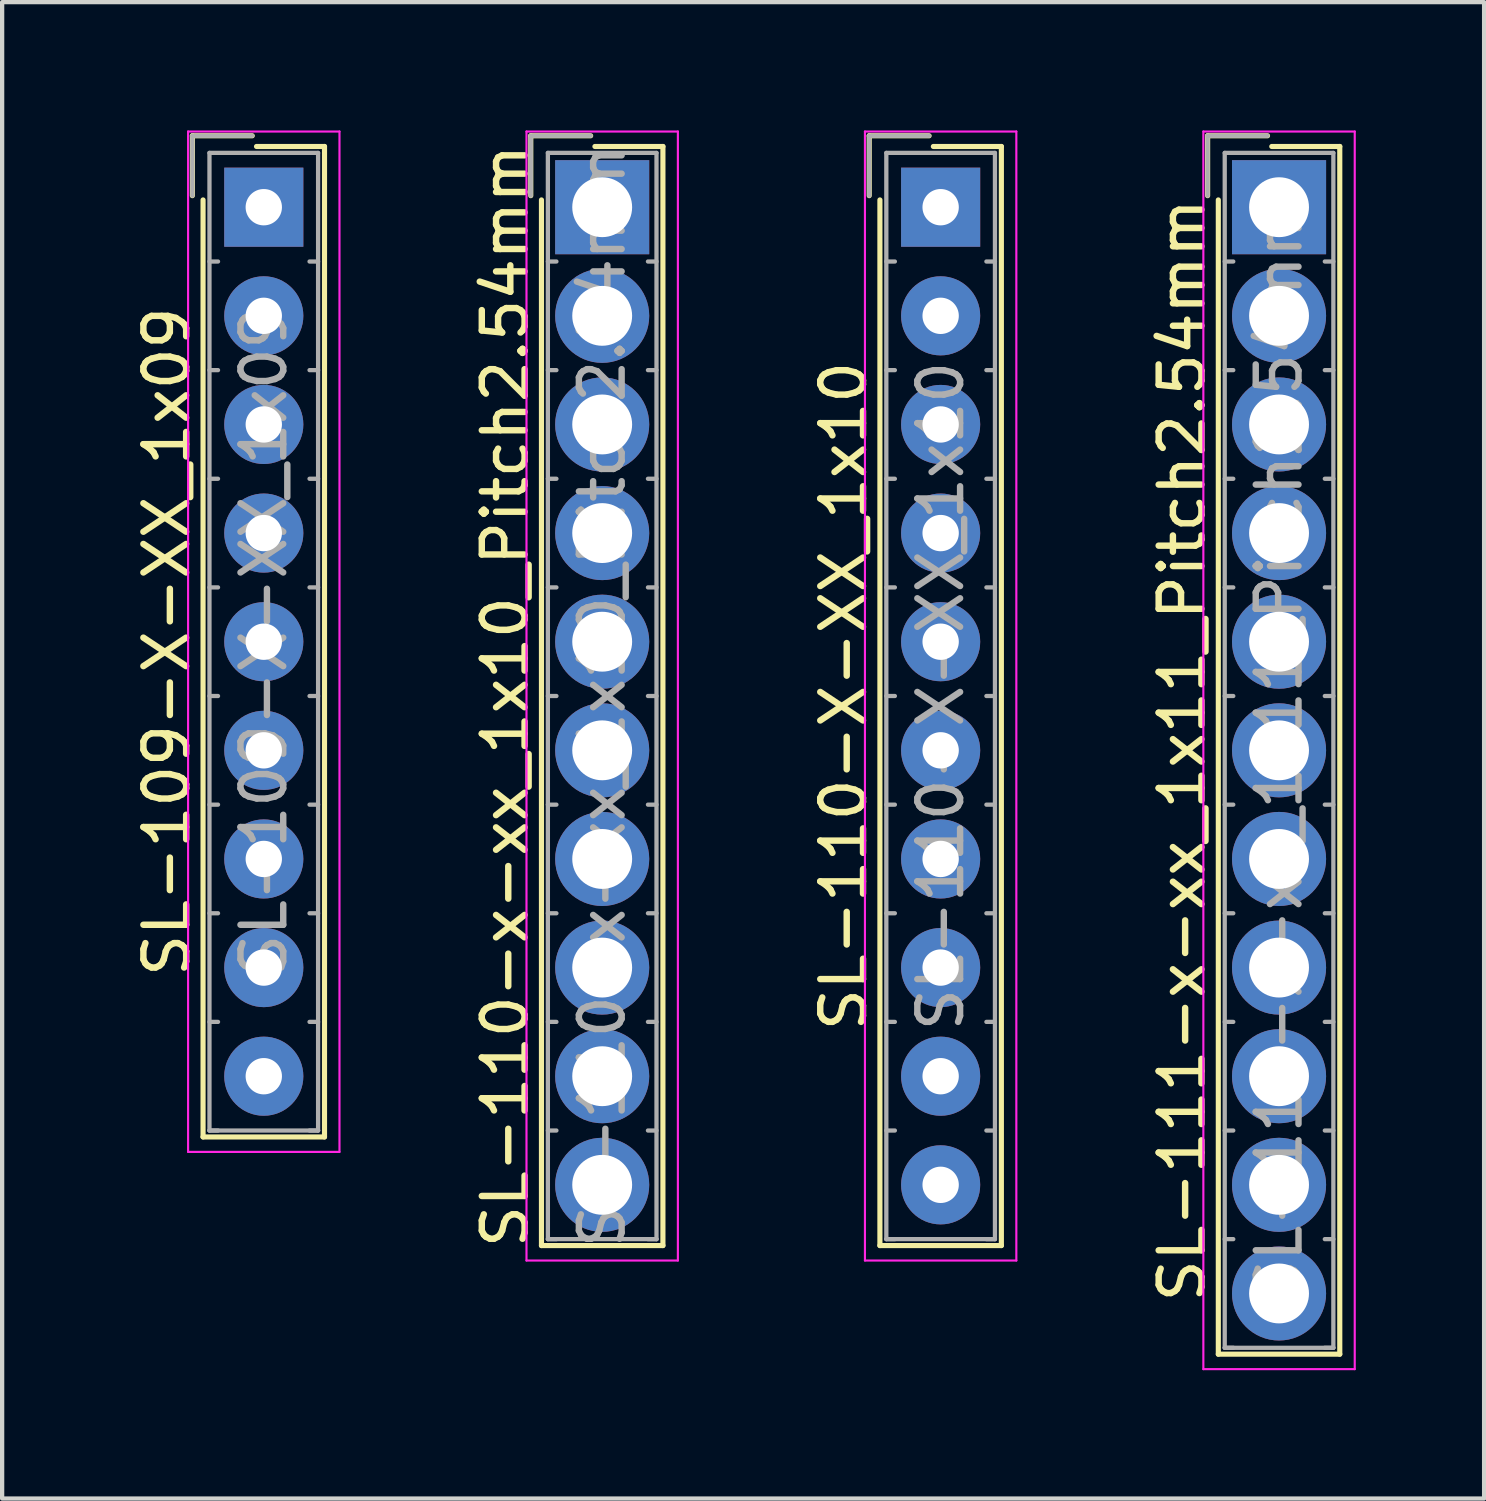
<source format=kicad_pcb>
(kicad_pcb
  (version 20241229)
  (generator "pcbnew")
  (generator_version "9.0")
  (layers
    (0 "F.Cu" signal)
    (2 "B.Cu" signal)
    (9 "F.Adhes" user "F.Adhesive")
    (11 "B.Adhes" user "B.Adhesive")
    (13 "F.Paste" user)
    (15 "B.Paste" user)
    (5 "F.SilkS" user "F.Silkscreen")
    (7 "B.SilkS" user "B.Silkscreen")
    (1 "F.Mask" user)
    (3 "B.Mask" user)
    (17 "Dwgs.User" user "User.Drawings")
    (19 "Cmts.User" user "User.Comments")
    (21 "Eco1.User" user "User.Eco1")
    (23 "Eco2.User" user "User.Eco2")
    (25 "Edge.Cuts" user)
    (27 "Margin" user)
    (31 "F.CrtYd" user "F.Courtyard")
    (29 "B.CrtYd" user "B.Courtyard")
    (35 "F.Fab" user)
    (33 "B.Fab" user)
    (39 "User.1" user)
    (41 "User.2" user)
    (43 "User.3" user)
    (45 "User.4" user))
  (footprint "SL-109-X-XX_1x09"
    (layer "F.Cu")
    (at 3.118 1.795)
    (property "Reference" "SL-109-X-XX_1x09" (at -2.27 10.16 90) (layer "F.SilkS") (effects (font (size 1 1) (thickness 0.15))))
    (attr through_hole)
    (fp_line (start -1.67 -1.67) (end -1.67 -0.27) (stroke (width 0.12) (type solid)) (layer "F.SilkS"))
    (fp_line (start -1.42 21.74) (end -1.42 -0.17) (stroke (width 0.12) (type solid)) (layer "F.SilkS"))
    (fp_line (start -0.27 -1.67) (end -1.67 -1.67) (stroke (width 0.12) (type solid)) (layer "F.SilkS"))
    (fp_line (start -0.17 -1.42) (end 1.42 -1.42) (stroke (width 0.12) (type solid)) (layer "F.SilkS"))
    (fp_line (start 1.42 -1.42) (end 1.42 21.74) (stroke (width 0.12) (type solid)) (layer "F.SilkS"))
    (fp_line (start 1.42 21.74) (end -1.42 21.74) (stroke (width 0.12) (type solid)) (layer "F.SilkS"))
    (fp_line (start -1.77 -1.77) (end -1.77 22.09) (stroke (width 0.05) (type solid)) (layer "F.CrtYd"))
    (fp_line (start -1.77 22.09) (end 1.77 22.09) (stroke (width 0.05) (type solid)) (layer "F.CrtYd"))
    (fp_line (start 1.77 -1.77) (end -1.77 -1.77) (stroke (width 0.05) (type solid)) (layer "F.CrtYd"))
    (fp_line (start 1.77 22.09) (end 1.77 -1.77) (stroke (width 0.05) (type solid)) (layer "F.CrtYd"))
    (fp_line (start -1.67 -1.67) (end -1.67 -0.27) (stroke (width 0.1) (type solid)) (layer "F.Fab"))
    (fp_line (start -1.27 -1.27) (end -1.27 21.59) (stroke (width 0.1) (type solid)) (layer "F.Fab"))
    (fp_line (start -1.27 1.27) (end -1.07 1.27) (stroke (width 0.1) (type solid)) (layer "F.Fab"))
    (fp_line (start -1.27 3.81) (end -1.07 3.81) (stroke (width 0.1) (type solid)) (layer "F.Fab"))
    (fp_line (start -1.27 6.35) (end -1.07 6.35) (stroke (width 0.1) (type solid)) (layer "F.Fab"))
    (fp_line (start -1.27 8.89) (end -1.07 8.89) (stroke (width 0.1) (type solid)) (layer "F.Fab"))
    (fp_line (start -1.27 11.43) (end -1.07 11.43) (stroke (width 0.1) (type solid)) (layer "F.Fab"))
    (fp_line (start -1.27 13.97) (end -1.07 13.97) (stroke (width 0.1) (type solid)) (layer "F.Fab"))
    (fp_line (start -1.27 16.51) (end -1.07 16.51) (stroke (width 0.1) (type solid)) (layer "F.Fab"))
    (fp_line (start -1.27 19.05) (end -1.07 19.05) (stroke (width 0.1) (type solid)) (layer "F.Fab"))
    (fp_line (start -1.27 21.59) (end -1.07 21.59) (stroke (width 0.1) (type solid)) (layer "F.Fab"))
    (fp_line (start -1.27 21.59) (end 1.27 21.59) (stroke (width 0.1) (type solid)) (layer "F.Fab"))
    (fp_line (start -0.27 -1.67) (end -1.67 -1.67) (stroke (width 0.1) (type solid)) (layer "F.Fab"))
    (fp_line (start 1.27 -1.27) (end -1.27 -1.27) (stroke (width 0.1) (type solid)) (layer "F.Fab"))
    (fp_line (start 1.27 1.27) (end 1.07 1.27) (stroke (width 0.1) (type solid)) (layer "F.Fab"))
    (fp_line (start 1.27 3.81) (end 1.07 3.81) (stroke (width 0.1) (type solid)) (layer "F.Fab"))
    (fp_line (start 1.27 6.35) (end 1.07 6.35) (stroke (width 0.1) (type solid)) (layer "F.Fab"))
    (fp_line (start 1.27 8.89) (end 1.07 8.89) (stroke (width 0.1) (type solid)) (layer "F.Fab"))
    (fp_line (start 1.27 11.43) (end 1.07 11.43) (stroke (width 0.1) (type solid)) (layer "F.Fab"))
    (fp_line (start 1.27 13.97) (end 1.07 13.97) (stroke (width 0.1) (type solid)) (layer "F.Fab"))
    (fp_line (start 1.27 16.51) (end 1.07 16.51) (stroke (width 0.1) (type solid)) (layer "F.Fab"))
    (fp_line (start 1.27 19.05) (end 1.07 19.05) (stroke (width 0.1) (type solid)) (layer "F.Fab"))
    (fp_line (start 1.27 21.59) (end 1.07 21.59) (stroke (width 0.1) (type solid)) (layer "F.Fab"))
    (fp_line (start 1.27 21.59) (end 1.27 -1.27) (stroke (width 0.1) (type solid)) (layer "F.Fab"))
    (fp_text user "${REFERENCE}" (at 0 10.16 90) (layer "F.Fab") (effects (font (size 1 1) (thickness 0.15))))
    (pad "1" thru_hole rect (at 0 0) (size 1.85 1.85) (drill 0.85) (layers "*.Cu" "*.Mask"))
    (pad "2" thru_hole circle (at 0 2.54) (size 1.85 1.85) (drill 0.85) (layers "*.Cu" "*.Mask"))
    (pad "3" thru_hole circle (at 0 5.08) (size 1.85 1.85) (drill 0.85) (layers "*.Cu" "*.Mask"))
    (pad "4" thru_hole circle (at 0 7.62) (size 1.85 1.85) (drill 0.85) (layers "*.Cu" "*.Mask"))
    (pad "5" thru_hole circle (at 0 10.16) (size 1.85 1.85) (drill 0.85) (layers "*.Cu" "*.Mask"))
    (pad "6" thru_hole circle (at 0 12.7) (size 1.85 1.85) (drill 0.85) (layers "*.Cu" "*.Mask"))
    (pad "7" thru_hole circle (at 0 15.24) (size 1.85 1.85) (drill 0.85) (layers "*.Cu" "*.Mask"))
    (pad "8" thru_hole circle (at 0 17.78) (size 1.85 1.85) (drill 0.85) (layers "*.Cu" "*.Mask"))
    (pad "9" thru_hole circle (at 0 20.32) (size 1.85 1.85) (drill 0.85) (layers "*.Cu" "*.Mask")))
  (footprint "SL-111-x-xx_1x11_Pitch2.54mm"
    (layer "F.Cu")
    (at 26.858 1.795)
    (property "Reference" "SL-111-x-xx_1x11_Pitch2.54mm" (at -2.27 12.7 90) (layer "F.SilkS") (effects (font (size 1 1) (thickness 0.15))))
    (attr through_hole)
    (fp_line (start -1.67 -1.67) (end -1.67 -0.27) (stroke (width 0.12) (type solid)) (layer "F.SilkS"))
    (fp_line (start -1.42 26.82) (end -1.42 -0.17) (stroke (width 0.12) (type solid)) (layer "F.SilkS"))
    (fp_line (start -0.27 -1.67) (end -1.67 -1.67) (stroke (width 0.12) (type solid)) (layer "F.SilkS"))
    (fp_line (start -0.17 -1.42) (end 1.42 -1.42) (stroke (width 0.12) (type solid)) (layer "F.SilkS"))
    (fp_line (start 1.42 -1.42) (end 1.42 26.82) (stroke (width 0.12) (type solid)) (layer "F.SilkS"))
    (fp_line (start 1.42 26.82) (end -1.42 26.82) (stroke (width 0.12) (type solid)) (layer "F.SilkS"))
    (fp_line (start -1.77 -1.77) (end -1.77 27.17) (stroke (width 0.05) (type solid)) (layer "F.CrtYd"))
    (fp_line (start -1.77 27.17) (end 1.77 27.17) (stroke (width 0.05) (type solid)) (layer "F.CrtYd"))
    (fp_line (start 1.77 -1.77) (end -1.77 -1.77) (stroke (width 0.05) (type solid)) (layer "F.CrtYd"))
    (fp_line (start 1.77 27.17) (end 1.77 -1.77) (stroke (width 0.05) (type solid)) (layer "F.CrtYd"))
    (fp_line (start -1.67 -1.67) (end -1.67 -0.27) (stroke (width 0.1) (type solid)) (layer "F.Fab"))
    (fp_line (start -1.27 -1.27) (end -1.27 26.67) (stroke (width 0.1) (type solid)) (layer "F.Fab"))
    (fp_line (start -1.27 1.27) (end -1.07 1.27) (stroke (width 0.1) (type solid)) (layer "F.Fab"))
    (fp_line (start -1.27 3.81) (end -1.07 3.81) (stroke (width 0.1) (type solid)) (layer "F.Fab"))
    (fp_line (start -1.27 6.35) (end -1.07 6.35) (stroke (width 0.1) (type solid)) (layer "F.Fab"))
    (fp_line (start -1.27 8.89) (end -1.07 8.89) (stroke (width 0.1) (type solid)) (layer "F.Fab"))
    (fp_line (start -1.27 11.43) (end -1.07 11.43) (stroke (width 0.1) (type solid)) (layer "F.Fab"))
    (fp_line (start -1.27 13.97) (end -1.07 13.97) (stroke (width 0.1) (type solid)) (layer "F.Fab"))
    (fp_line (start -1.27 16.51) (end -1.07 16.51) (stroke (width 0.1) (type solid)) (layer "F.Fab"))
    (fp_line (start -1.27 19.05) (end -1.07 19.05) (stroke (width 0.1) (type solid)) (layer "F.Fab"))
    (fp_line (start -1.27 21.59) (end -1.07 21.59) (stroke (width 0.1) (type solid)) (layer "F.Fab"))
    (fp_line (start -1.27 24.13) (end -1.07 24.13) (stroke (width 0.1) (type solid)) (layer "F.Fab"))
    (fp_line (start -1.27 26.67) (end -1.07 26.67) (stroke (width 0.1) (type solid)) (layer "F.Fab"))
    (fp_line (start -1.27 26.67) (end 1.27 26.67) (stroke (width 0.1) (type solid)) (layer "F.Fab"))
    (fp_line (start -0.27 -1.67) (end -1.67 -1.67) (stroke (width 0.1) (type solid)) (layer "F.Fab"))
    (fp_line (start 1.27 -1.27) (end -1.27 -1.27) (stroke (width 0.1) (type solid)) (layer "F.Fab"))
    (fp_line (start 1.27 1.27) (end 1.07 1.27) (stroke (width 0.1) (type solid)) (layer "F.Fab"))
    (fp_line (start 1.27 3.81) (end 1.07 3.81) (stroke (width 0.1) (type solid)) (layer "F.Fab"))
    (fp_line (start 1.27 6.35) (end 1.07 6.35) (stroke (width 0.1) (type solid)) (layer "F.Fab"))
    (fp_line (start 1.27 8.89) (end 1.07 8.89) (stroke (width 0.1) (type solid)) (layer "F.Fab"))
    (fp_line (start 1.27 11.43) (end 1.07 11.43) (stroke (width 0.1) (type solid)) (layer "F.Fab"))
    (fp_line (start 1.27 13.97) (end 1.07 13.97) (stroke (width 0.1) (type solid)) (layer "F.Fab"))
    (fp_line (start 1.27 16.51) (end 1.07 16.51) (stroke (width 0.1) (type solid)) (layer "F.Fab"))
    (fp_line (start 1.27 19.05) (end 1.07 19.05) (stroke (width 0.1) (type solid)) (layer "F.Fab"))
    (fp_line (start 1.27 21.59) (end 1.07 21.59) (stroke (width 0.1) (type solid)) (layer "F.Fab"))
    (fp_line (start 1.27 24.13) (end 1.07 24.13) (stroke (width 0.1) (type solid)) (layer "F.Fab"))
    (fp_line (start 1.27 26.67) (end 1.07 26.67) (stroke (width 0.1) (type solid)) (layer "F.Fab"))
    (fp_line (start 1.27 26.67) (end 1.27 -1.27) (stroke (width 0.1) (type solid)) (layer "F.Fab"))
    (fp_text user "${REFERENCE}" (at 0 12.7 90) (layer "F.Fab") (effects (font (size 1 1) (thickness 0.15))))
    (pad "1" thru_hole rect (at 0 0) (size 2.2 2.2) (drill 1.4) (layers "*.Cu" "*.Mask"))
    (pad "2" thru_hole circle (at 0 2.54) (size 2.2 2.2) (drill 1.4) (layers "*.Cu" "*.Mask"))
    (pad "3" thru_hole circle (at 0 5.08) (size 2.2 2.2) (drill 1.4) (layers "*.Cu" "*.Mask"))
    (pad "4" thru_hole circle (at 0 7.62) (size 2.2 2.2) (drill 1.4) (layers "*.Cu" "*.Mask"))
    (pad "5" thru_hole circle (at 0 10.16) (size 2.2 2.2) (drill 1.4) (layers "*.Cu" "*.Mask"))
    (pad "6" thru_hole circle (at 0 12.7) (size 2.2 2.2) (drill 1.4) (layers "*.Cu" "*.Mask"))
    (pad "7" thru_hole circle (at 0 15.24) (size 2.2 2.2) (drill 1.4) (layers "*.Cu" "*.Mask"))
    (pad "8" thru_hole circle (at 0 17.78) (size 2.2 2.2) (drill 1.4) (layers "*.Cu" "*.Mask"))
    (pad "9" thru_hole circle (at 0 20.32) (size 2.2 2.2) (drill 1.4) (layers "*.Cu" "*.Mask"))
    (pad "10" thru_hole circle (at 0 22.86) (size 2.2 2.2) (drill 1.4) (layers "*.Cu" "*.Mask"))
    (pad "11" thru_hole circle (at 0 25.4) (size 2.2 2.2) (drill 1.4) (layers "*.Cu" "*.Mask")))
  (footprint "SL-110-X-XX_1x10"
    (layer "F.Cu")
    (at 18.945 1.795)
    (property "Reference" "SL-110-X-XX_1x10" (at -2.27 11.43 90) (layer "F.SilkS") (effects (font (size 1 1) (thickness 0.15))))
    (attr through_hole)
    (fp_line (start -1.67 -1.67) (end -1.67 -0.27) (stroke (width 0.12) (type solid)) (layer "F.SilkS"))
    (fp_line (start -1.42 24.28) (end -1.42 -0.17) (stroke (width 0.12) (type solid)) (layer "F.SilkS"))
    (fp_line (start -0.27 -1.67) (end -1.67 -1.67) (stroke (width 0.12) (type solid)) (layer "F.SilkS"))
    (fp_line (start -0.17 -1.42) (end 1.42 -1.42) (stroke (width 0.12) (type solid)) (layer "F.SilkS"))
    (fp_line (start 1.42 -1.42) (end 1.42 24.28) (stroke (width 0.12) (type solid)) (layer "F.SilkS"))
    (fp_line (start 1.42 24.28) (end -1.42 24.28) (stroke (width 0.12) (type solid)) (layer "F.SilkS"))
    (fp_line (start -1.77 -1.77) (end -1.77 24.63) (stroke (width 0.05) (type solid)) (layer "F.CrtYd"))
    (fp_line (start -1.77 24.63) (end 1.77 24.63) (stroke (width 0.05) (type solid)) (layer "F.CrtYd"))
    (fp_line (start 1.77 -1.77) (end -1.77 -1.77) (stroke (width 0.05) (type solid)) (layer "F.CrtYd"))
    (fp_line (start 1.77 24.63) (end 1.77 -1.77) (stroke (width 0.05) (type solid)) (layer "F.CrtYd"))
    (fp_line (start -1.67 -1.67) (end -1.67 -0.27) (stroke (width 0.1) (type solid)) (layer "F.Fab"))
    (fp_line (start -1.27 -1.27) (end -1.27 24.13) (stroke (width 0.1) (type solid)) (layer "F.Fab"))
    (fp_line (start -1.27 1.27) (end -1.07 1.27) (stroke (width 0.1) (type solid)) (layer "F.Fab"))
    (fp_line (start -1.27 3.81) (end -1.07 3.81) (stroke (width 0.1) (type solid)) (layer "F.Fab"))
    (fp_line (start -1.27 6.35) (end -1.07 6.35) (stroke (width 0.1) (type solid)) (layer "F.Fab"))
    (fp_line (start -1.27 8.89) (end -1.07 8.89) (stroke (width 0.1) (type solid)) (layer "F.Fab"))
    (fp_line (start -1.27 11.43) (end -1.07 11.43) (stroke (width 0.1) (type solid)) (layer "F.Fab"))
    (fp_line (start -1.27 13.97) (end -1.07 13.97) (stroke (width 0.1) (type solid)) (layer "F.Fab"))
    (fp_line (start -1.27 16.51) (end -1.07 16.51) (stroke (width 0.1) (type solid)) (layer "F.Fab"))
    (fp_line (start -1.27 19.05) (end -1.07 19.05) (stroke (width 0.1) (type solid)) (layer "F.Fab"))
    (fp_line (start -1.27 21.59) (end -1.07 21.59) (stroke (width 0.1) (type solid)) (layer "F.Fab"))
    (fp_line (start -1.27 24.13) (end -1.07 24.13) (stroke (width 0.1) (type solid)) (layer "F.Fab"))
    (fp_line (start -1.27 24.13) (end 1.27 24.13) (stroke (width 0.1) (type solid)) (layer "F.Fab"))
    (fp_line (start -0.27 -1.67) (end -1.67 -1.67) (stroke (width 0.1) (type solid)) (layer "F.Fab"))
    (fp_line (start 1.27 -1.27) (end -1.27 -1.27) (stroke (width 0.1) (type solid)) (layer "F.Fab"))
    (fp_line (start 1.27 1.27) (end 1.07 1.27) (stroke (width 0.1) (type solid)) (layer "F.Fab"))
    (fp_line (start 1.27 3.81) (end 1.07 3.81) (stroke (width 0.1) (type solid)) (layer "F.Fab"))
    (fp_line (start 1.27 6.35) (end 1.07 6.35) (stroke (width 0.1) (type solid)) (layer "F.Fab"))
    (fp_line (start 1.27 8.89) (end 1.07 8.89) (stroke (width 0.1) (type solid)) (layer "F.Fab"))
    (fp_line (start 1.27 11.43) (end 1.07 11.43) (stroke (width 0.1) (type solid)) (layer "F.Fab"))
    (fp_line (start 1.27 13.97) (end 1.07 13.97) (stroke (width 0.1) (type solid)) (layer "F.Fab"))
    (fp_line (start 1.27 16.51) (end 1.07 16.51) (stroke (width 0.1) (type solid)) (layer "F.Fab"))
    (fp_line (start 1.27 19.05) (end 1.07 19.05) (stroke (width 0.1) (type solid)) (layer "F.Fab"))
    (fp_line (start 1.27 21.59) (end 1.07 21.59) (stroke (width 0.1) (type solid)) (layer "F.Fab"))
    (fp_line (start 1.27 24.13) (end 1.07 24.13) (stroke (width 0.1) (type solid)) (layer "F.Fab"))
    (fp_line (start 1.27 24.13) (end 1.27 -1.27) (stroke (width 0.1) (type solid)) (layer "F.Fab"))
    (fp_text user "${REFERENCE}" (at 0 11.43 90) (layer "F.Fab") (effects (font (size 1 1) (thickness 0.15))))
    (pad "1" thru_hole rect (at 0 0) (size 1.85 1.85) (drill 0.85) (layers "*.Cu" "*.Mask"))
    (pad "2" thru_hole circle (at 0 2.54) (size 1.85 1.85) (drill 0.85) (layers "*.Cu" "*.Mask"))
    (pad "3" thru_hole circle (at 0 5.08) (size 1.85 1.85) (drill 0.85) (layers "*.Cu" "*.Mask"))
    (pad "4" thru_hole circle (at 0 7.62) (size 1.85 1.85) (drill 0.85) (layers "*.Cu" "*.Mask"))
    (pad "5" thru_hole circle (at 0 10.16) (size 1.85 1.85) (drill 0.85) (layers "*.Cu" "*.Mask"))
    (pad "6" thru_hole circle (at 0 12.7) (size 1.85 1.85) (drill 0.85) (layers "*.Cu" "*.Mask"))
    (pad "7" thru_hole circle (at 0 15.24) (size 1.85 1.85) (drill 0.85) (layers "*.Cu" "*.Mask"))
    (pad "8" thru_hole circle (at 0 17.78) (size 1.85 1.85) (drill 0.85) (layers "*.Cu" "*.Mask"))
    (pad "9" thru_hole circle (at 0 20.32) (size 1.85 1.85) (drill 0.85) (layers "*.Cu" "*.Mask"))
    (pad "10" thru_hole circle (at 0 22.86) (size 1.85 1.85) (drill 0.85) (layers "*.Cu" "*.Mask")))
  (footprint "SL-110-x-xx_1x10_Pitch2.54mm"
    (layer "F.Cu")
    (at 11.031 1.795)
    (property "Reference" "SL-110-x-xx_1x10_Pitch2.54mm" (at -2.27 11.43 90) (layer "F.SilkS") (effects (font (size 1 1) (thickness 0.15))))
    (attr through_hole)
    (fp_line (start -1.67 -1.67) (end -1.67 -0.27) (stroke (width 0.12) (type solid)) (layer "F.SilkS"))
    (fp_line (start -1.42 24.28) (end -1.42 -0.17) (stroke (width 0.12) (type solid)) (layer "F.SilkS"))
    (fp_line (start -0.27 -1.67) (end -1.67 -1.67) (stroke (width 0.12) (type solid)) (layer "F.SilkS"))
    (fp_line (start -0.17 -1.42) (end 1.42 -1.42) (stroke (width 0.12) (type solid)) (layer "F.SilkS"))
    (fp_line (start 1.42 -1.42) (end 1.42 24.28) (stroke (width 0.12) (type solid)) (layer "F.SilkS"))
    (fp_line (start 1.42 24.28) (end -1.42 24.28) (stroke (width 0.12) (type solid)) (layer "F.SilkS"))
    (fp_line (start -1.77 -1.77) (end -1.77 24.63) (stroke (width 0.05) (type solid)) (layer "F.CrtYd"))
    (fp_line (start -1.77 24.63) (end 1.77 24.63) (stroke (width 0.05) (type solid)) (layer "F.CrtYd"))
    (fp_line (start 1.77 -1.77) (end -1.77 -1.77) (stroke (width 0.05) (type solid)) (layer "F.CrtYd"))
    (fp_line (start 1.77 24.63) (end 1.77 -1.77) (stroke (width 0.05) (type solid)) (layer "F.CrtYd"))
    (fp_line (start -1.67 -1.67) (end -1.67 -0.27) (stroke (width 0.1) (type solid)) (layer "F.Fab"))
    (fp_line (start -1.27 -1.27) (end -1.27 24.13) (stroke (width 0.1) (type solid)) (layer "F.Fab"))
    (fp_line (start -1.27 1.27) (end -1.07 1.27) (stroke (width 0.1) (type solid)) (layer "F.Fab"))
    (fp_line (start -1.27 3.81) (end -1.07 3.81) (stroke (width 0.1) (type solid)) (layer "F.Fab"))
    (fp_line (start -1.27 6.35) (end -1.07 6.35) (stroke (width 0.1) (type solid)) (layer "F.Fab"))
    (fp_line (start -1.27 8.89) (end -1.07 8.89) (stroke (width 0.1) (type solid)) (layer "F.Fab"))
    (fp_line (start -1.27 11.43) (end -1.07 11.43) (stroke (width 0.1) (type solid)) (layer "F.Fab"))
    (fp_line (start -1.27 13.97) (end -1.07 13.97) (stroke (width 0.1) (type solid)) (layer "F.Fab"))
    (fp_line (start -1.27 16.51) (end -1.07 16.51) (stroke (width 0.1) (type solid)) (layer "F.Fab"))
    (fp_line (start -1.27 19.05) (end -1.07 19.05) (stroke (width 0.1) (type solid)) (layer "F.Fab"))
    (fp_line (start -1.27 21.59) (end -1.07 21.59) (stroke (width 0.1) (type solid)) (layer "F.Fab"))
    (fp_line (start -1.27 24.13) (end -1.07 24.13) (stroke (width 0.1) (type solid)) (layer "F.Fab"))
    (fp_line (start -1.27 24.13) (end 1.27 24.13) (stroke (width 0.1) (type solid)) (layer "F.Fab"))
    (fp_line (start -0.27 -1.67) (end -1.67 -1.67) (stroke (width 0.1) (type solid)) (layer "F.Fab"))
    (fp_line (start 1.27 -1.27) (end -1.27 -1.27) (stroke (width 0.1) (type solid)) (layer "F.Fab"))
    (fp_line (start 1.27 1.27) (end 1.07 1.27) (stroke (width 0.1) (type solid)) (layer "F.Fab"))
    (fp_line (start 1.27 3.81) (end 1.07 3.81) (stroke (width 0.1) (type solid)) (layer "F.Fab"))
    (fp_line (start 1.27 6.35) (end 1.07 6.35) (stroke (width 0.1) (type solid)) (layer "F.Fab"))
    (fp_line (start 1.27 8.89) (end 1.07 8.89) (stroke (width 0.1) (type solid)) (layer "F.Fab"))
    (fp_line (start 1.27 11.43) (end 1.07 11.43) (stroke (width 0.1) (type solid)) (layer "F.Fab"))
    (fp_line (start 1.27 13.97) (end 1.07 13.97) (stroke (width 0.1) (type solid)) (layer "F.Fab"))
    (fp_line (start 1.27 16.51) (end 1.07 16.51) (stroke (width 0.1) (type solid)) (layer "F.Fab"))
    (fp_line (start 1.27 19.05) (end 1.07 19.05) (stroke (width 0.1) (type solid)) (layer "F.Fab"))
    (fp_line (start 1.27 21.59) (end 1.07 21.59) (stroke (width 0.1) (type solid)) (layer "F.Fab"))
    (fp_line (start 1.27 24.13) (end 1.07 24.13) (stroke (width 0.1) (type solid)) (layer "F.Fab"))
    (fp_line (start 1.27 24.13) (end 1.27 -1.27) (stroke (width 0.1) (type solid)) (layer "F.Fab"))
    (fp_text user "${REFERENCE}" (at 0 11.43 90) (layer "F.Fab") (effects (font (size 1 1) (thickness 0.15))))
    (pad "1" thru_hole rect (at 0 0) (size 2.2 2.2) (drill 1.4) (layers "*.Cu" "*.Mask"))
    (pad "2" thru_hole circle (at 0 2.54) (size 2.2 2.2) (drill 1.4) (layers "*.Cu" "*.Mask"))
    (pad "3" thru_hole circle (at 0 5.08) (size 2.2 2.2) (drill 1.4) (layers "*.Cu" "*.Mask"))
    (pad "4" thru_hole circle (at 0 7.62) (size 2.2 2.2) (drill 1.4) (layers "*.Cu" "*.Mask"))
    (pad "5" thru_hole circle (at 0 10.16) (size 2.2 2.2) (drill 1.4) (layers "*.Cu" "*.Mask"))
    (pad "6" thru_hole circle (at 0 12.7) (size 2.2 2.2) (drill 1.4) (layers "*.Cu" "*.Mask"))
    (pad "7" thru_hole circle (at 0 15.24) (size 2.2 2.2) (drill 1.4) (layers "*.Cu" "*.Mask"))
    (pad "8" thru_hole circle (at 0 17.78) (size 2.2 2.2) (drill 1.4) (layers "*.Cu" "*.Mask"))
    (pad "9" thru_hole circle (at 0 20.32) (size 2.2 2.2) (drill 1.4) (layers "*.Cu" "*.Mask"))
    (pad "10" thru_hole circle (at 0 22.86) (size 2.2 2.2) (drill 1.4) (layers "*.Cu" "*.Mask")))
  (gr_rect
    (start -3 -3)
    (end 31.653 31.99)
    (stroke (width 0.1) (type default))
    (fill no)
    (layer "Edge.Cuts")))
</source>
